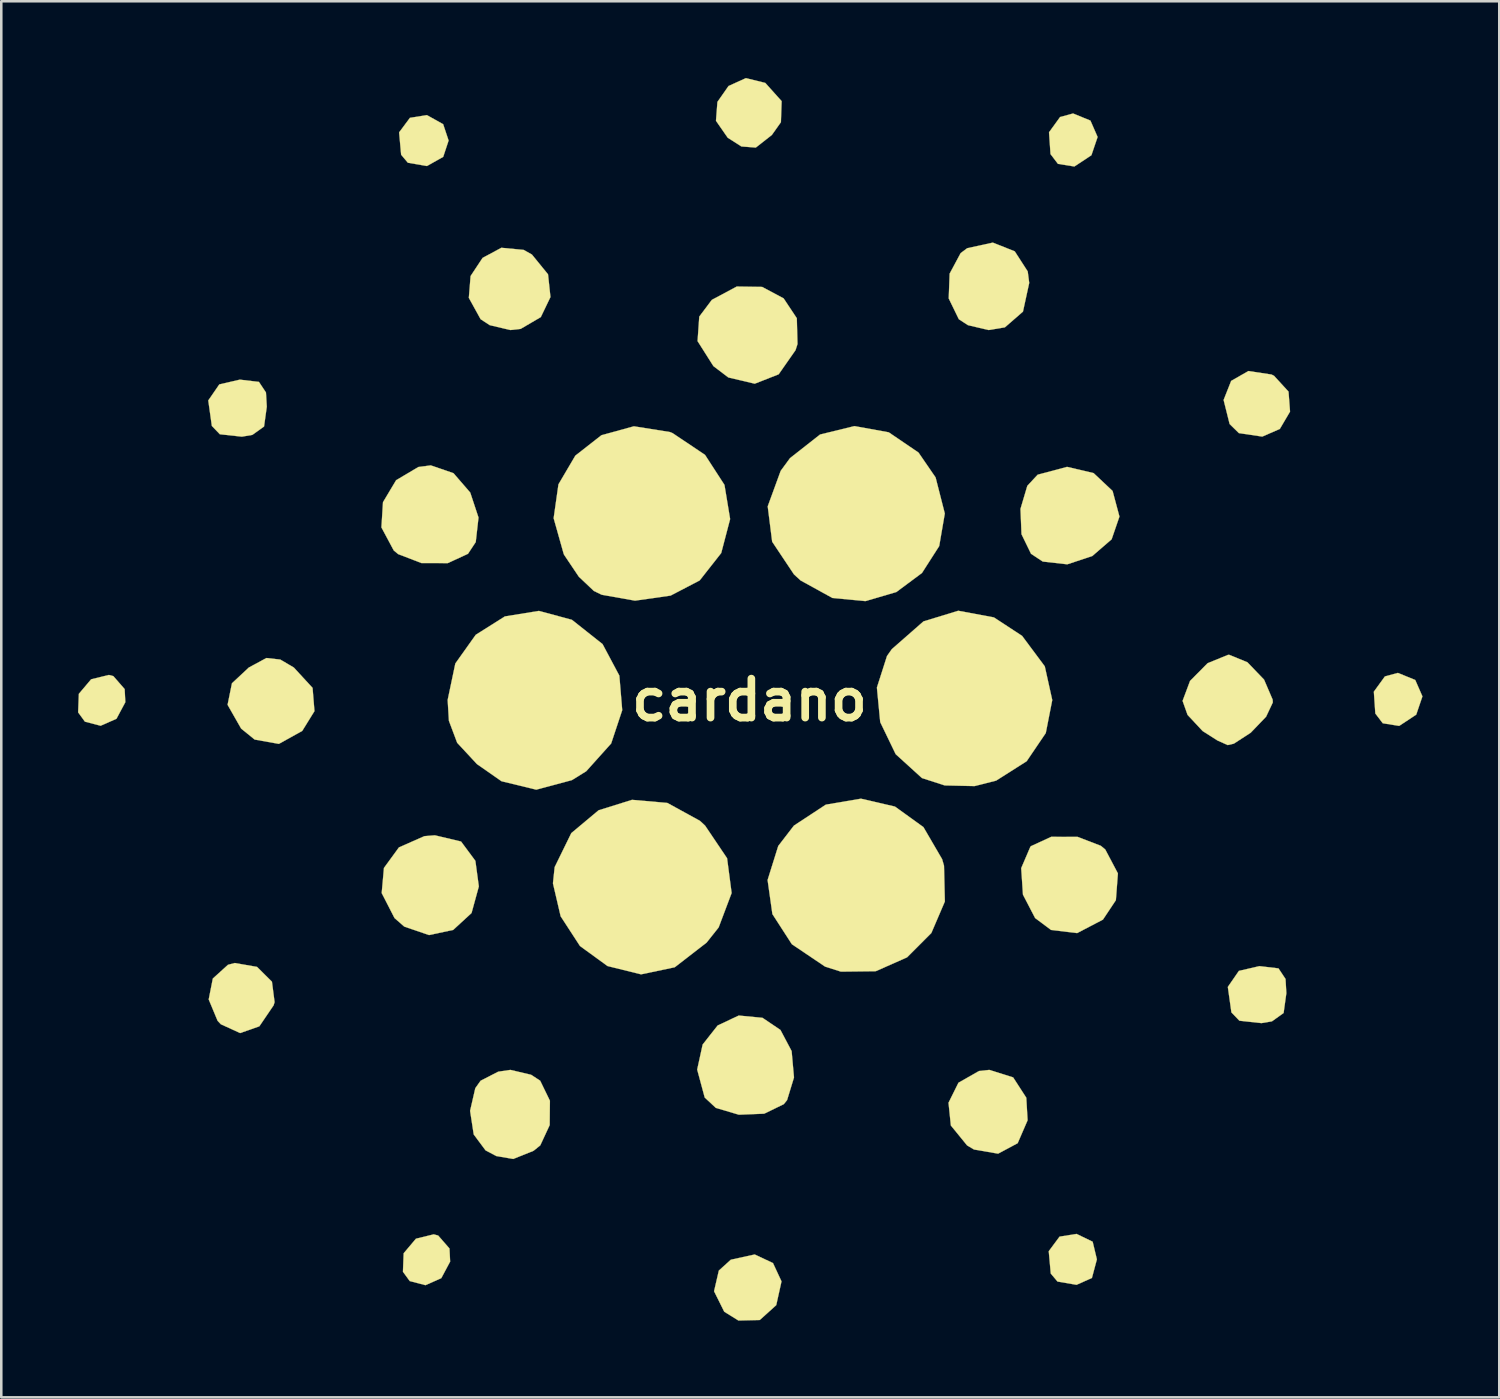
<source format=kicad_pcb>
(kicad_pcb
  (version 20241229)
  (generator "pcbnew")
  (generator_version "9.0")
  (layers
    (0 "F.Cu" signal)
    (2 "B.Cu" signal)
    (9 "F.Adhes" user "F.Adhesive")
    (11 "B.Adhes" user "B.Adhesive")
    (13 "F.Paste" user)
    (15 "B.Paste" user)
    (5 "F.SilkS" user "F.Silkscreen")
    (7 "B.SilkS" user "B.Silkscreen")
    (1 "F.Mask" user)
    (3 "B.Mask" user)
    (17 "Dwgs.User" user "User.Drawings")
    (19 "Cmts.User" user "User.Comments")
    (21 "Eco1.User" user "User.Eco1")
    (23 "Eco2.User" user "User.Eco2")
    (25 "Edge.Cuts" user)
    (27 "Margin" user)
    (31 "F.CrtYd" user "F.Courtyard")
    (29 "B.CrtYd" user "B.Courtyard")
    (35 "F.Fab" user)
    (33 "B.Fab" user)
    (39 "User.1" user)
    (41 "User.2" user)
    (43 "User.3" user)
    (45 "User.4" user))
  (footprint "cardano"
    (layer "F.Cu")
    (at 26.255 24.318)
    (property "Reference" "cardano" (at 0 0 0) (layer "F.SilkS") (effects (font (size 1.524 1.524) (thickness 0.3))))
    (attr through_hole)
    (fp_poly (pts (xy 13.33 -22.653) (xy 13.61 -22.012) (xy 13.368 -21.298) (xy 12.702 -20.858) (xy 12.06 -20.961) (xy 11.769 -21.343) (xy 11.711 -22.196) (xy 12.143 -22.792) (xy 12.651 -22.931) (xy 13.33 -22.653)) (stroke (width 0.01) (type solid)) (fill yes) (layer "F.SilkS"))
    (fp_poly (pts (xy 13.417 21.182) (xy 13.582 21.872) (xy 13.388 22.599) (xy 12.787 22.867) (xy 12.042 22.739) (xy 11.779 22.426) (xy 11.7 21.553) (xy 12.123 20.983) (xy 12.787 20.877) (xy 13.417 21.182)) (stroke (width 0.01) (type solid)) (fill yes) (layer "F.SilkS"))
    (fp_poly (pts (xy 26.03 -0.781) (xy 26.31 -0.14) (xy 26.068 0.574) (xy 25.402 1.014) (xy 24.76 0.911) (xy 24.469 0.529) (xy 24.411 -0.324) (xy 24.843 -0.92) (xy 25.351 -1.058) (xy 26.03 -0.781)) (stroke (width 0.01) (type solid)) (fill yes) (layer "F.SilkS"))
    (fp_poly (pts (xy -24.873 -0.932) (xy -24.431 -0.425) (xy -24.405 0.087) (xy -24.751 0.735) (xy -25.37 1.008) (xy -25.985 0.848) (xy -26.25 0.485) (xy -26.222 -0.24) (xy -25.742 -0.808) (xy -25.047 -0.978) (xy -24.873 -0.932)) (stroke (width 0.01) (type solid)) (fill yes) (layer "F.SilkS"))
    (fp_poly (pts (xy -12.173 20.94) (xy -11.731 21.447) (xy -11.705 21.959) (xy -12.051 22.607) (xy -12.67 22.881) (xy -13.285 22.72) (xy -13.55 22.357) (xy -13.522 21.633) (xy -13.042 21.064) (xy -12.347 20.894) (xy -12.173 20.94)) (stroke (width 0.01) (type solid)) (fill yes) (layer "F.SilkS"))
    (fp_poly (pts (xy -11.978 -22.512) (xy -11.765 -21.873) (xy -11.976 -21.235) (xy -12.61 -20.878) (xy -12.613 -20.877) (xy -13.358 -21.005) (xy -13.621 -21.318) (xy -13.7 -22.192) (xy -13.277 -22.761) (xy -12.613 -22.867) (xy -11.978 -22.512)) (stroke (width 0.01) (type solid)) (fill yes) (layer "F.SilkS"))
    (fp_poly (pts (xy 0.918 22.017) (xy 1.251 22.733) (xy 1.045 23.662) (xy 0.401 24.243) (xy -0.433 24.263) (xy -0.988 23.918) (xy -1.386 23.118) (xy -1.199 22.31) (xy -0.731 21.886) (xy 0.203 21.681) (xy 0.918 22.017)) (stroke (width 0.01) (type solid)) (fill yes) (layer "F.SilkS"))
    (fp_poly (pts (xy -19.181 -12.436) (xy -18.906 -12.022) (xy -18.874 -11.465) (xy -18.981 -10.692) (xy -19.438 -10.365) (xy -19.846 -10.295) (xy -20.709 -10.389) (xy -21.022 -10.715) (xy -21.162 -11.71) (xy -20.73 -12.338) (xy -19.927 -12.524) (xy -19.181 -12.436)) (stroke (width 0.01) (type solid)) (fill yes) (layer "F.SilkS"))
    (fp_poly (pts (xy 0.617 -24.126) (xy 1.256 -23.414) (xy 1.228 -22.59) (xy 0.874 -22.091) (xy 0.246 -21.598) (xy -0.318 -21.642) (xy -0.853 -21.984) (xy -1.311 -22.645) (xy -1.254 -23.384) (xy -0.819 -24.006) (xy -0.141 -24.313) (xy 0.617 -24.126)) (stroke (width 0.01) (type solid)) (fill yes) (layer "F.SilkS"))
    (fp_poly (pts (xy 20.411 -12.724) (xy 20.508 -12.675) (xy 21.075 -12.056) (xy 21.134 -11.274) (xy 20.735 -10.597) (xy 20.049 -10.298) (xy 19.134 -10.434) (xy 18.772 -10.789) (xy 18.537 -11.73) (xy 18.832 -12.475) (xy 19.506 -12.861) (xy 20.411 -12.724)) (stroke (width 0.01) (type solid)) (fill yes) (layer "F.SilkS"))
    (fp_poly (pts (xy 20.683 10.495) (xy 20.958 10.909) (xy 20.99 11.465) (xy 20.883 12.239) (xy 20.426 12.566) (xy 20.018 12.635) (xy 19.155 12.541) (xy 18.842 12.215) (xy 18.702 11.22) (xy 19.134 10.593) (xy 19.937 10.407) (xy 20.683 10.495)) (stroke (width 0.01) (type solid)) (fill yes) (layer "F.SilkS"))
    (fp_poly (pts (xy -19.256 10.436) (xy -18.672 11.016) (xy -18.569 11.814) (xy -18.608 11.941) (xy -19.165 12.76) (xy -19.916 13.024) (xy -20.671 12.679) (xy -20.798 12.543) (xy -21.145 11.709) (xy -20.984 10.892) (xy -20.392 10.355) (xy -20.128 10.285) (xy -19.256 10.436)) (stroke (width 0.01) (type solid)) (fill yes) (layer "F.SilkS"))
    (fp_poly (pts (xy -18.346 -1.58) (xy -17.815 -1.267) (xy -17.084 -0.473) (xy -17.01 0.437) (xy -17.488 1.21) (xy -18.401 1.717) (xy -19.348 1.548) (xy -19.877 1.119) (xy -20.407 0.189) (xy -20.236 -0.652) (xy -19.579 -1.267) (xy -18.889 -1.64) (xy -18.346 -1.58)) (stroke (width 0.01) (type solid)) (fill yes) (layer "F.SilkS"))
    (fp_poly (pts (xy 10.308 14.757) (xy 10.822 15.552) (xy 10.873 16.433) (xy 10.485 17.33) (xy 9.72 17.739) (xy 8.778 17.577) (xy 8.507 17.416) (xy 7.873 16.638) (xy 7.781 15.749) (xy 8.169 14.966) (xy 8.972 14.508) (xy 9.376 14.464) (xy 10.308 14.757)) (stroke (width 0.01) (type solid)) (fill yes) (layer "F.SilkS"))
    (fp_poly (pts (xy -11.278 5.535) (xy -10.718 6.29) (xy -10.583 7.29) (xy -10.868 8.33) (xy -11.585 8.99) (xy -12.53 9.192) (xy -13.499 8.861) (xy -13.88 8.527) (xy -14.381 7.55) (xy -14.293 6.567) (xy -13.707 5.764) (xy -12.712 5.325) (xy -12.302 5.292) (xy -11.278 5.535)) (stroke (width 0.01) (type solid)) (fill yes) (layer "F.SilkS"))
    (fp_poly (pts (xy -8.831 -17.597) (xy -8.508 -17.416) (xy -7.878 -16.643) (xy -7.783 -15.754) (xy -8.16 -14.97) (xy -8.947 -14.509) (xy -9.349 -14.464) (xy -10.158 -14.655) (xy -10.513 -14.887) (xy -10.974 -15.722) (xy -10.905 -16.576) (xy -10.437 -17.284) (xy -9.702 -17.68) (xy -8.831 -17.597)) (stroke (width 0.01) (type solid)) (fill yes) (layer "F.SilkS"))
    (fp_poly (pts (xy 0.494 -16.15) (xy 1.333 -15.703) (xy 1.85 -14.925) (xy 1.876 -13.917) (xy 1.8 -13.678) (xy 1.14 -12.733) (xy 0.205 -12.366) (xy -0.828 -12.61) (xy -1.411 -13.053) (xy -2.031 -14.031) (xy -1.964 -14.99) (xy -1.472 -15.644) (xy -0.498 -16.165) (xy 0.494 -16.15)) (stroke (width 0.01) (type solid)) (fill yes) (layer "F.SilkS"))
    (fp_poly (pts (xy 10.371 -17.541) (xy 10.878 -16.755) (xy 10.936 -16.306) (xy 10.692 -15.184) (xy 9.985 -14.569) (xy 9.349 -14.464) (xy 8.539 -14.655) (xy 8.184 -14.887) (xy 7.789 -15.699) (xy 7.825 -16.669) (xy 8.255 -17.471) (xy 8.511 -17.663) (xy 9.513 -17.882) (xy 10.371 -17.541)) (stroke (width 0.01) (type solid)) (fill yes) (layer "F.SilkS"))
    (fp_poly (pts (xy 13.453 -8.871) (xy 14.196 -8.172) (xy 14.464 -7.171) (xy 14.159 -6.282) (xy 13.401 -5.627) (xy 12.425 -5.304) (xy 11.466 -5.412) (xy 11.007 -5.715) (xy 10.635 -6.48) (xy 10.595 -7.472) (xy 10.862 -8.372) (xy 11.266 -8.807) (xy 12.415 -9.114) (xy 13.453 -8.871)) (stroke (width 0.01) (type solid)) (fill yes) (layer "F.SilkS"))
    (fp_poly (pts (xy -11.574 -8.867) (xy -10.919 -8.109) (xy -10.596 -7.133) (xy -10.704 -6.174) (xy -11.007 -5.715) (xy -11.797 -5.351) (xy -12.825 -5.352) (xy -13.738 -5.703) (xy -13.91 -5.846) (xy -14.392 -6.747) (xy -14.33 -7.734) (xy -13.817 -8.593) (xy -12.946 -9.109) (xy -12.462 -9.172) (xy -11.574 -8.867)) (stroke (width 0.01) (type solid)) (fill yes) (layer "F.SilkS"))
    (fp_poly (pts (xy 0.508 12.428) (xy 1.21 12.902) (xy 1.647 13.728) (xy 1.739 14.761) (xy 1.469 15.645) (xy 1.341 15.804) (xy 0.575 16.176) (xy -0.416 16.216) (xy -1.316 15.95) (xy -1.751 15.545) (xy -2.046 14.451) (xy -1.832 13.472) (xy -1.245 12.727) (xy -0.42 12.339) (xy 0.508 12.428)) (stroke (width 0.01) (type solid)) (fill yes) (layer "F.SilkS"))
    (fp_poly (pts (xy 12.825 5.352) (xy 13.738 5.703) (xy 13.91 5.846) (xy 14.404 6.781) (xy 14.325 7.828) (xy 13.819 8.588) (xy 12.81 9.115) (xy 11.789 8.992) (xy 11.167 8.527) (xy 10.692 7.613) (xy 10.623 6.576) (xy 10.98 5.743) (xy 11.007 5.715) (xy 11.797 5.351) (xy 12.825 5.352)) (stroke (width 0.01) (type solid)) (fill yes) (layer "F.SilkS"))
    (fp_poly (pts (xy -8.539 14.655) (xy -8.184 14.887) (xy -7.804 15.669) (xy -7.813 16.622) (xy -8.181 17.415) (xy -8.443 17.626) (xy -9.237 17.946) (xy -9.901 17.832) (xy -10.319 17.611) (xy -10.783 16.988) (xy -10.925 16.064) (xy -10.721 15.179) (xy -10.513 14.887) (xy -9.825 14.534) (xy -9.349 14.464) (xy -8.539 14.655)) (stroke (width 0.01) (type solid)) (fill yes) (layer "F.SilkS"))
    (fp_poly (pts (xy 19.467 -1.474) (xy 20.119 -0.795) (xy 20.454 -0.013) (xy 20.461 0.096) (xy 20.198 0.654) (xy 19.596 1.281) (xy 18.938 1.708) (xy 18.697 1.764) (xy 18.294 1.583) (xy 17.717 1.215) (xy 17.128 0.585) (xy 16.933 0.035) (xy 17.225 -0.745) (xy 17.911 -1.437) (xy 18.705 -1.762) (xy 18.759 -1.764) (xy 19.467 -1.474)) (stroke (width 0.01) (type solid)) (fill yes) (layer "F.SilkS"))
    (fp_poly (pts (xy -6.944 -3.134) (xy -5.745 -2.184) (xy -5.089 -0.951) (xy -4.977 0.399) (xy -5.409 1.701) (xy -6.384 2.787) (xy -6.944 3.134) (xy -8.338 3.507) (xy -9.697 3.177) (xy -10.658 2.506) (xy -11.43 1.674) (xy -11.753 0.814) (xy -11.802 0) (xy -11.502 -1.426) (xy -10.704 -2.548) (xy -9.564 -3.267) (xy -8.235 -3.482) (xy -6.944 -3.134)) (stroke (width 0.01) (type solid)) (fill yes) (layer "F.SilkS"))
    (fp_poly (pts (xy -3.213 4.026) (xy -1.937 4.726) (xy -1.737 4.912) (xy -0.877 6.188) (xy -0.699 7.548) (xy -1.206 8.892) (xy -1.676 9.485) (xy -2.923 10.451) (xy -4.24 10.728) (xy -5.553 10.403) (xy -6.628 9.621) (xy -7.384 8.459) (xy -7.685 7.17) (xy -7.618 6.534) (xy -6.968 5.206) (xy -5.902 4.314) (xy -4.593 3.905) (xy -3.213 4.026)) (stroke (width 0.01) (type solid)) (fill yes) (layer "F.SilkS"))
    (fp_poly (pts (xy 5.443 -10.465) (xy 6.607 -9.674) (xy 7.276 -8.7) (xy 7.636 -7.29) (xy 7.417 -6.017) (xy 6.743 -4.965) (xy 5.74 -4.219) (xy 4.531 -3.865) (xy 3.241 -3.988) (xy 1.996 -4.674) (xy 1.737 -4.912) (xy 0.886 -6.188) (xy 0.712 -7.57) (xy 1.219 -8.958) (xy 1.584 -9.456) (xy 2.759 -10.379) (xy 4.103 -10.708) (xy 5.443 -10.465)) (stroke (width 0.01) (type solid)) (fill yes) (layer "F.SilkS"))
    (fp_poly (pts (xy 5.686 4.168) (xy 6.801 4.972) (xy 7.531 6.225) (xy 7.605 6.481) (xy 7.638 7.88) (xy 7.109 9.114) (xy 6.161 10.063) (xy 4.935 10.606) (xy 3.573 10.622) (xy 2.956 10.426) (xy 1.656 9.55) (xy 0.895 8.372) (xy 0.707 7.04) (xy 1.124 5.708) (xy 1.737 4.912) (xy 2.984 4.093) (xy 4.357 3.86) (xy 5.686 4.168)) (stroke (width 0.01) (type solid)) (fill yes) (layer "F.SilkS"))
    (fp_poly (pts (xy 9.556 -3.228) (xy 10.658 -2.506) (xy 11.545 -1.315) (xy 11.837 0.003) (xy 11.584 1.293) (xy 10.837 2.395) (xy 9.644 3.153) (xy 8.8 3.367) (xy 7.632 3.341) (xy 6.742 3.053) (xy 5.715 2.119) (xy 5.111 0.867) (xy 4.981 -0.485) (xy 5.376 -1.72) (xy 5.564 -1.987) (xy 6.802 -3.072) (xy 8.162 -3.488) (xy 9.556 -3.228)) (stroke (width 0.01) (type solid)) (fill yes) (layer "F.SilkS"))
    (fp_poly (pts (xy -3.113 -10.476) (xy -3.009 -10.434) (xy -1.74 -9.584) (xy -0.979 -8.409) (xy -0.758 -7.074) (xy -1.106 -5.745) (xy -1.948 -4.674) (xy -3.085 -4.081) (xy -4.476 -3.883) (xy -5.779 -4.114) (xy -6.085 -4.262) (xy -6.673 -4.818) (xy -7.244 -5.668) (xy -7.263 -5.705) (xy -7.658 -7.107) (xy -7.47 -8.431) (xy -6.81 -9.553) (xy -5.79 -10.351) (xy -4.52 -10.7) (xy -3.113 -10.476)) (stroke (width 0.01) (type solid)) (fill yes) (layer "F.SilkS")))
  (gr_rect
    (start -3 -3)
    (end 55.57 51.586)
    (stroke (width 0.1) (type default))
    (fill no)
    (layer "Edge.Cuts")))
</source>
